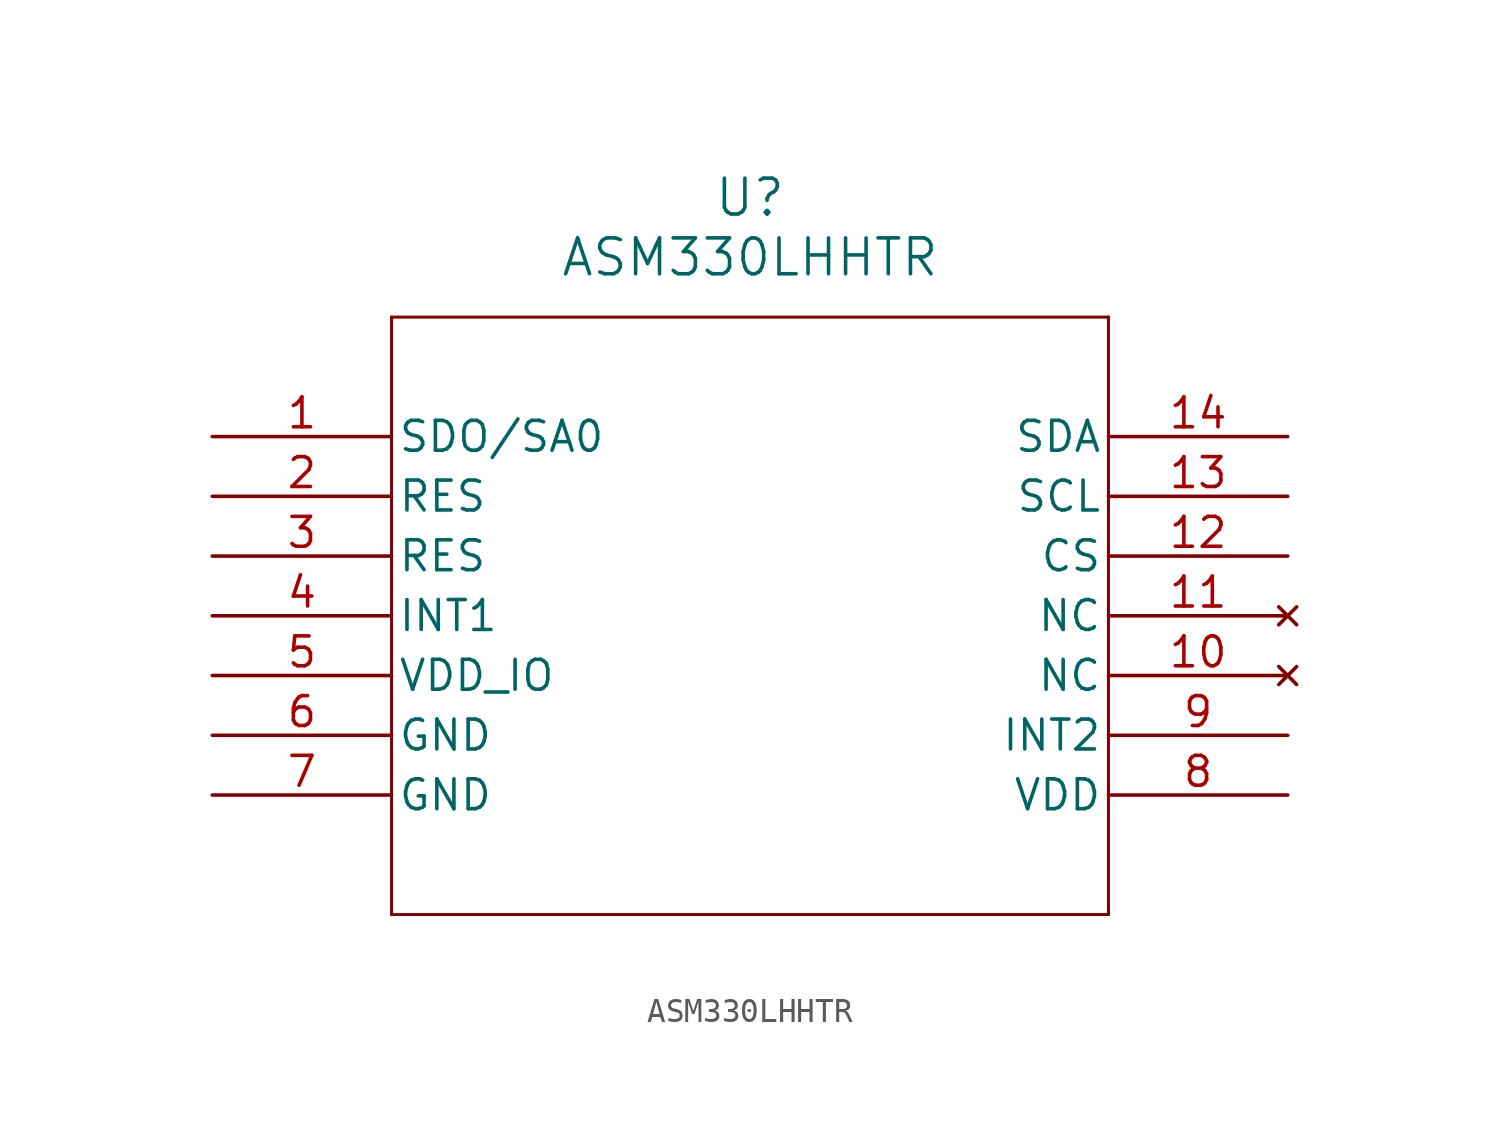
<source format=kicad_sym>
(kicad_symbol_lib
  (version 20211014)
  (generator kicad_symbol_editor)
  (symbol "ASM330LHHTR"
    (pin_names
      (offset 0.254))
    (property "Reference" "U"
      (at 22.86 10.16 0)
      (effects (font (size 1.524 1.524))))
    (property "Value" "ASM330LHHTR"
      (at 22.86 7.62 0)
      (effects (font (size 1.524 1.524))))
    (symbol "ASM330LHHTR_0_1"
      (polyline (pts (xy 7.62 5.08) (xy 7.62 -20.32)) (stroke (width 0.127) (type default) (color 0 0 0 0)) (fill (type none)))
      (polyline (pts (xy 7.62 -20.32) (xy 38.1 -20.32)) (stroke (width 0.127) (type default) (color 0 0 0 0)) (fill (type none)))
      (polyline (pts (xy 38.1 -20.32) (xy 38.1 5.08)) (stroke (width 0.127) (type default) (color 0 0 0 0)) (fill (type none)))
      (polyline (pts (xy 38.1 5.08) (xy 7.62 5.08)) (stroke (width 0.127) (type default) (color 0 0 0 0)) (fill (type none)))
      (pin bidirectional line (at 0 0 0) (length 7.62) (name "SDO/SA0" (effects (font (size 1.27 1.27)))) (number "1" (effects (font (size 1.27 1.27)))))
      (pin unspecified line (at 0 -2.54 0) (length 7.62) (name "RES" (effects (font (size 1.27 1.27)))) (number "2" (effects (font (size 1.27 1.27)))))
      (pin unspecified line (at 0 -5.08 0) (length 7.62) (name "RES" (effects (font (size 1.27 1.27)))) (number "3" (effects (font (size 1.27 1.27)))))
      (pin input line (at 0 -7.62 0) (length 7.62) (name "INT1" (effects (font (size 1.27 1.27)))) (number "4" (effects (font (size 1.27 1.27)))))
      (pin power_in line (at 0 -10.16 0) (length 7.62) (name "VDD_IO" (effects (font (size 1.27 1.27)))) (number "5" (effects (font (size 1.27 1.27)))))
      (pin power_out line (at 0 -12.7 0) (length 7.62) (name "GND" (effects (font (size 1.27 1.27)))) (number "6" (effects (font (size 1.27 1.27)))))
      (pin power_out line (at 0 -15.24 0) (length 7.62) (name "GND" (effects (font (size 1.27 1.27)))) (number "7" (effects (font (size 1.27 1.27)))))
      (pin power_in line (at 45.72 -15.24 180) (length 7.62) (name "VDD" (effects (font (size 1.27 1.27)))) (number "8" (effects (font (size 1.27 1.27)))))
      (pin input line (at 45.72 -12.7 180) (length 7.62) (name "INT2" (effects (font (size 1.27 1.27)))) (number "9" (effects (font (size 1.27 1.27)))))
      (pin no_connect line (at 45.72 -10.16 180) (length 7.62) (name "NC" (effects (font (size 1.27 1.27)))) (number "10" (effects (font (size 1.27 1.27)))))
      (pin no_connect line (at 45.72 -7.62 180) (length 7.62) (name "NC" (effects (font (size 1.27 1.27)))) (number "11" (effects (font (size 1.27 1.27)))))
      (pin input line (at 45.72 -5.08 180) (length 7.62) (name "CS" (effects (font (size 1.27 1.27)))) (number "12" (effects (font (size 1.27 1.27)))))
      (pin bidirectional line (at 45.72 -2.54 180) (length 7.62) (name "SCL" (effects (font (size 1.27 1.27)))) (number "13" (effects (font (size 1.27 1.27)))))
      (pin input line (at 45.72 0 180) (length 7.62) (name "SDA" (effects (font (size 1.27 1.27)))) (number "14" (effects (font (size 1.27 1.27))))))))
</source>
